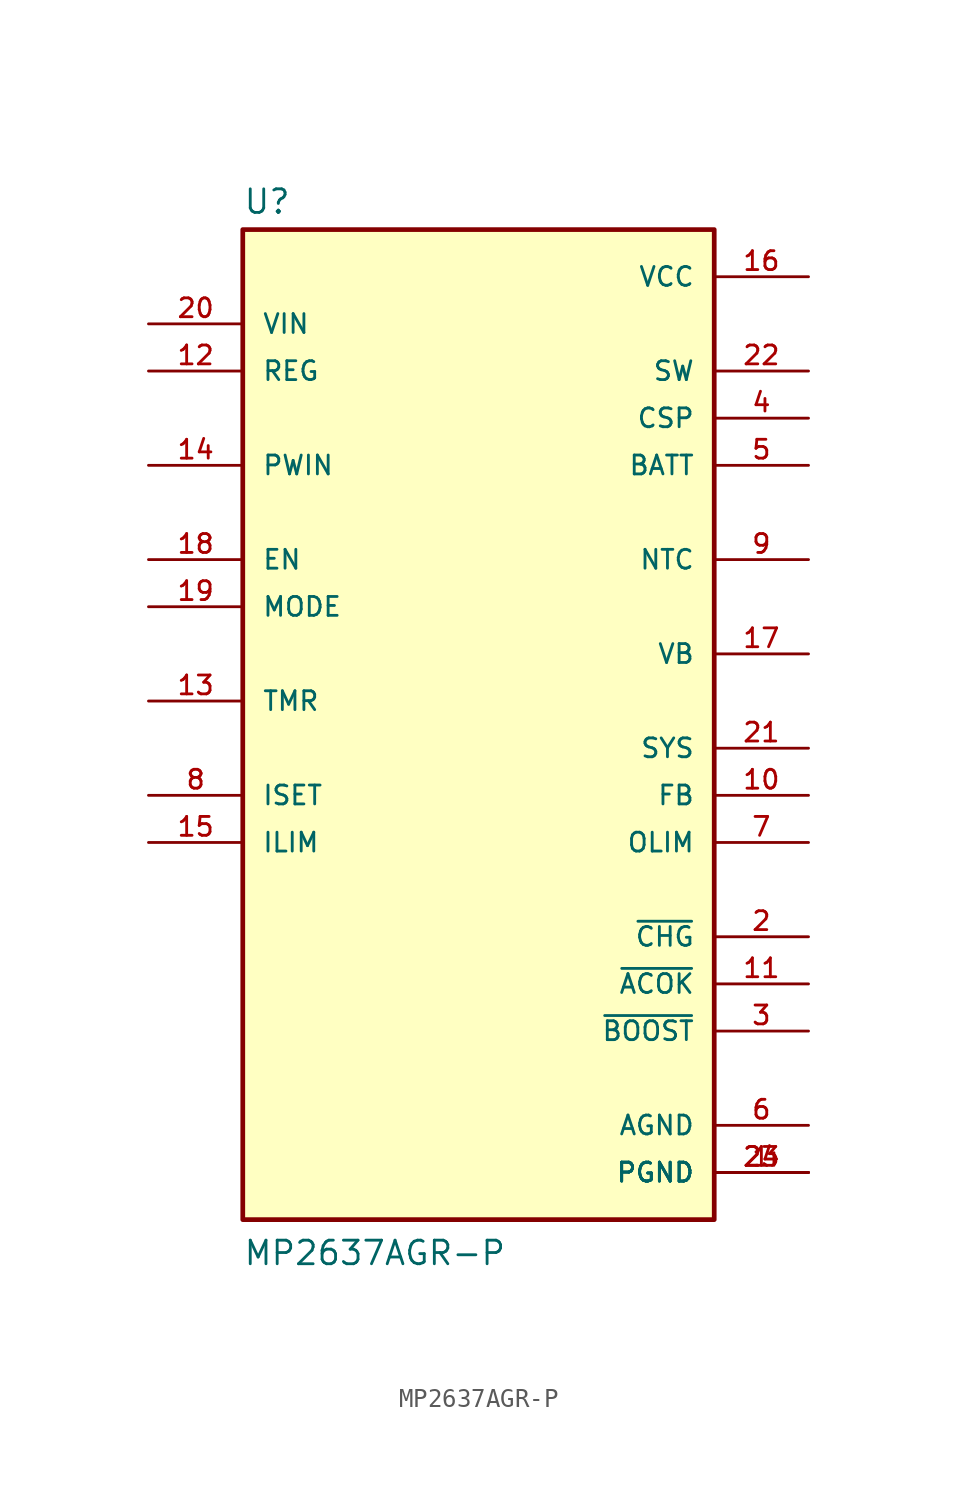
<source format=kicad_sym>
(kicad_symbol_lib
  (version 20211014)
  (generator kicad_symbol_editor)
  (symbol "MP2637AGR-P"
    (pin_names
      (offset 1.016))
    (property "Reference" "U"
      (at -12.7 28.702 0)
      (effects (font (size 1.27 1.27)) (justify bottom left)))
    (property "Value" "MP2637AGR-P"
      (at -12.7 -27.94 0)
      (effects (font (size 1.27 1.27)) (justify bottom left)))
    (symbol "MP2637AGR-P_0_0"
      (rectangle (start -12.7 -25.4) (end 12.7 27.94) (stroke (width 0.254)) (fill (type background)))
      (pin power_in line (at 17.78 -22.86 180.0) (length 5.08) (name "PGND" (effects (font (size 1.016 1.016)))) (number "1" (effects (font (size 1.016 1.016)))))
      (pin power_in line (at 17.78 -22.86 180.0) (length 5.08) (name "PGND" (effects (font (size 1.016 1.016)))) (number "23" (effects (font (size 1.016 1.016)))))
      (pin power_in line (at 17.78 -22.86 180.0) (length 5.08) (name "PGND" (effects (font (size 1.016 1.016)))) (number "24" (effects (font (size 1.016 1.016)))))
      (pin output line (at 17.78 -10.16 180.0) (length 5.08) (name "~{CHG}" (effects (font (size 1.016 1.016)))) (number "2" (effects (font (size 1.016 1.016)))))
      (pin output line (at 17.78 -15.24 180.0) (length 5.08) (name "~{BOOST}" (effects (font (size 1.016 1.016)))) (number "3" (effects (font (size 1.016 1.016)))))
      (pin input line (at 17.78 17.78 180.0) (length 5.08) (name "CSP" (effects (font (size 1.016 1.016)))) (number "4" (effects (font (size 1.016 1.016)))))
      (pin input line (at 17.78 15.24 180.0) (length 5.08) (name "BATT" (effects (font (size 1.016 1.016)))) (number "5" (effects (font (size 1.016 1.016)))))
      (pin power_in line (at 17.78 -20.32 180.0) (length 5.08) (name "AGND" (effects (font (size 1.016 1.016)))) (number "6" (effects (font (size 1.016 1.016)))))
      (pin passive line (at 17.78 -5.08 180.0) (length 5.08) (name "OLIM" (effects (font (size 1.016 1.016)))) (number "7" (effects (font (size 1.016 1.016)))))
      (pin passive line (at -17.78 -2.54 0) (length 5.08) (name "ISET" (effects (font (size 1.016 1.016)))) (number "8" (effects (font (size 1.016 1.016)))))
      (pin passive line (at 17.78 10.16 180.0) (length 5.08) (name "NTC" (effects (font (size 1.016 1.016)))) (number "9" (effects (font (size 1.016 1.016)))))
      (pin input line (at 17.78 -2.54 180.0) (length 5.08) (name "FB" (effects (font (size 1.016 1.016)))) (number "10" (effects (font (size 1.016 1.016)))))
      (pin output line (at 17.78 -12.7 180.0) (length 5.08) (name "~{ACOK}" (effects (font (size 1.016 1.016)))) (number "11" (effects (font (size 1.016 1.016)))))
      (pin input line (at -17.78 20.32 0) (length 5.08) (name "REG" (effects (font (size 1.016 1.016)))) (number "12" (effects (font (size 1.016 1.016)))))
      (pin input line (at -17.78 2.54 0) (length 5.08) (name "TMR" (effects (font (size 1.016 1.016)))) (number "13" (effects (font (size 1.016 1.016)))))
      (pin input line (at -17.78 15.24 0) (length 5.08) (name "PWIN" (effects (font (size 1.016 1.016)))) (number "14" (effects (font (size 1.016 1.016)))))
      (pin passive line (at -17.78 -5.08 0) (length 5.08) (name "ILIM" (effects (font (size 1.016 1.016)))) (number "15" (effects (font (size 1.016 1.016)))))
      (pin power_in line (at 17.78 25.4 180.0) (length 5.08) (name "VCC" (effects (font (size 1.016 1.016)))) (number "16" (effects (font (size 1.016 1.016)))))
      (pin input line (at 17.78 5.08 180.0) (length 5.08) (name "VB" (effects (font (size 1.016 1.016)))) (number "17" (effects (font (size 1.016 1.016)))))
      (pin input line (at -17.78 10.16 0) (length 5.08) (name "EN" (effects (font (size 1.016 1.016)))) (number "18" (effects (font (size 1.016 1.016)))))
      (pin input line (at -17.78 7.62 0) (length 5.08) (name "MODE" (effects (font (size 1.016 1.016)))) (number "19" (effects (font (size 1.016 1.016)))))
      (pin input line (at -17.78 22.86 0) (length 5.08) (name "VIN" (effects (font (size 1.016 1.016)))) (number "20" (effects (font (size 1.016 1.016)))))
      (pin output line (at 17.78 0.0 180.0) (length 5.08) (name "SYS" (effects (font (size 1.016 1.016)))) (number "21" (effects (font (size 1.016 1.016)))))
      (pin output line (at 17.78 20.32 180.0) (length 5.08) (name "SW" (effects (font (size 1.016 1.016)))) (number "22" (effects (font (size 1.016 1.016))))))))
</source>
